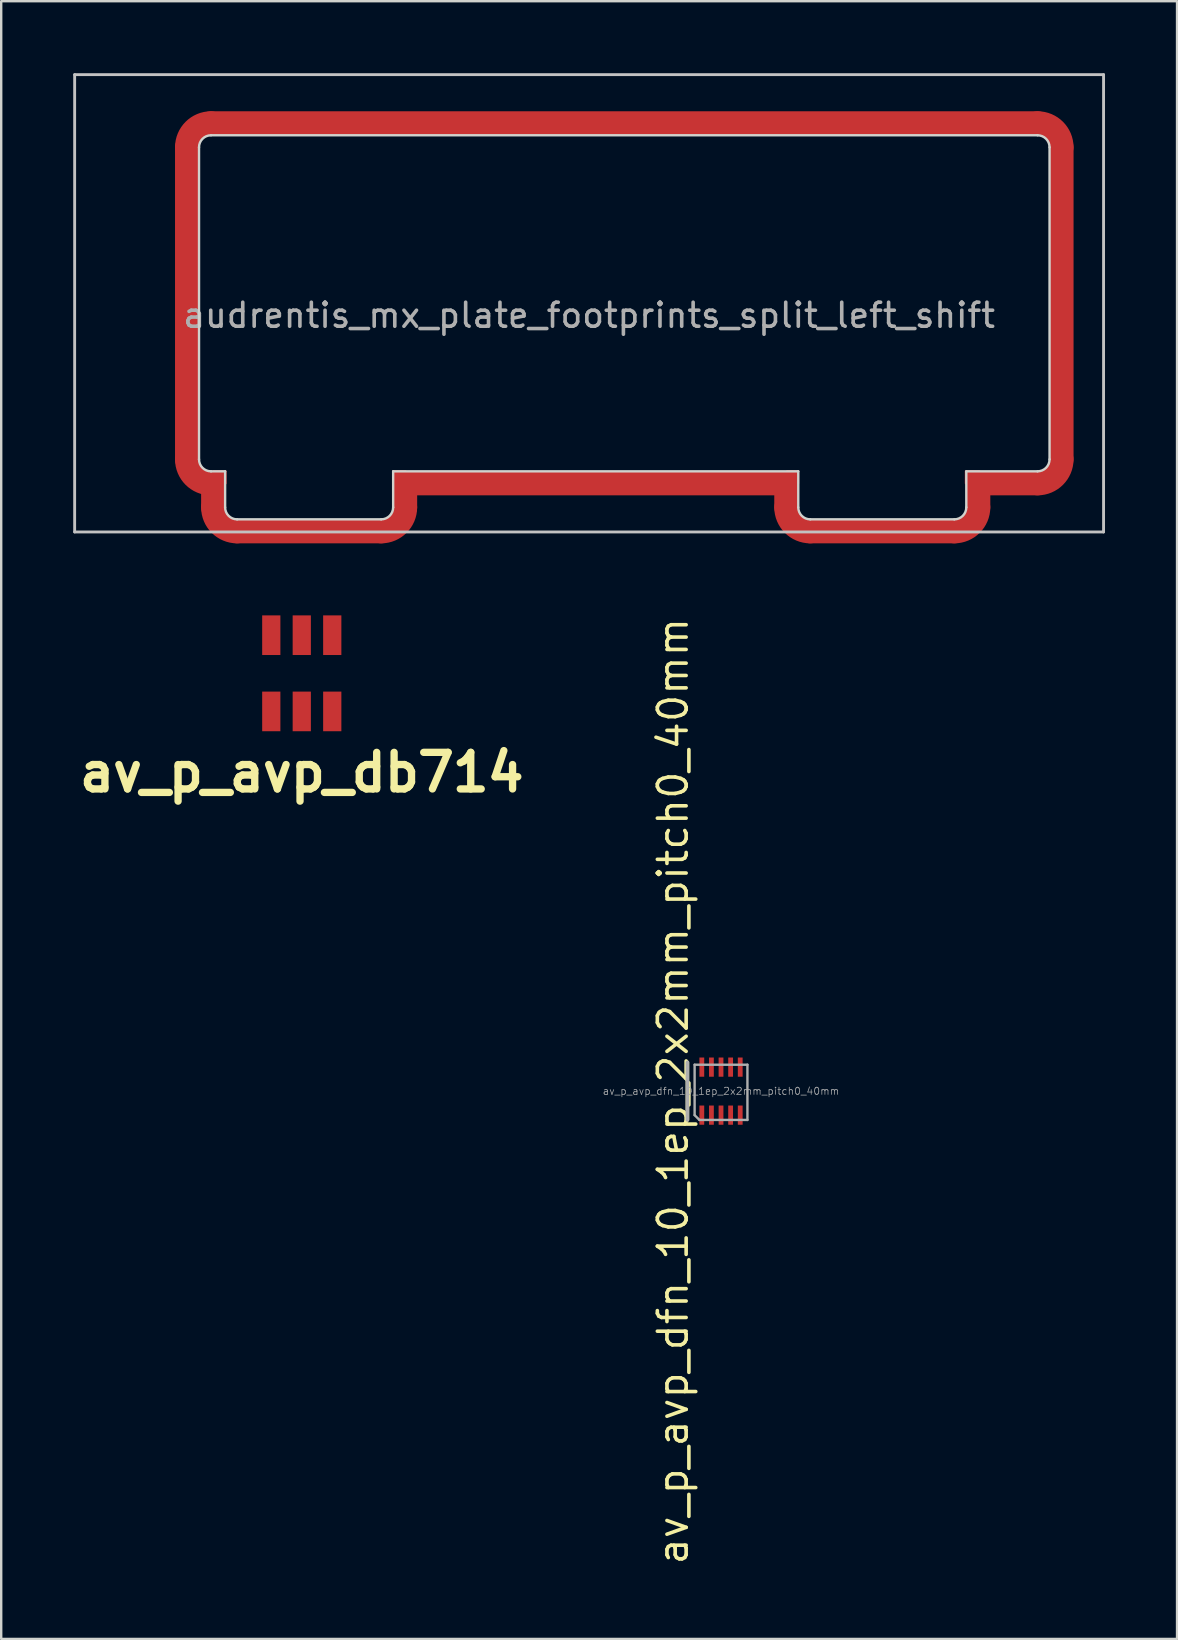
<source format=kicad_pcb>
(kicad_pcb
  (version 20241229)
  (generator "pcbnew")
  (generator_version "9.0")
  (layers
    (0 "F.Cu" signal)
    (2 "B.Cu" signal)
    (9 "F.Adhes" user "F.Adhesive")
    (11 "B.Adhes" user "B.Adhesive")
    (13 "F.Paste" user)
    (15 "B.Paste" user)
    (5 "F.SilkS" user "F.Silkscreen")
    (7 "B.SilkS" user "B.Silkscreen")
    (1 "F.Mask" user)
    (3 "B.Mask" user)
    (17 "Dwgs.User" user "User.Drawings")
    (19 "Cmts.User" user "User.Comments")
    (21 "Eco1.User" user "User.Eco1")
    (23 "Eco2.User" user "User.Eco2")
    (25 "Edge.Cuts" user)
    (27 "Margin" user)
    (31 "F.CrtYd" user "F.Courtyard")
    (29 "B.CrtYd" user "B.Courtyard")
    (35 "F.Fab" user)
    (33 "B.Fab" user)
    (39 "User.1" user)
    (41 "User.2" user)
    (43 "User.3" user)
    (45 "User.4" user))
  (footprint "av_p_avp_db714"
    (layer "F.Cu")
    (at 9.521 24.681)
    (property "Reference" "av_p_avp_db714" (at 0 4.445 0) (layer "F.SilkS") (effects (font (size 1.524 1.524) (thickness 0.305))))
    (attr through_hole)
    (pad "1" smd rect (at -1.27 1.905) (size 0.759 1.651) (layers "F.Cu" "F.Mask" "F.Paste"))
    (pad "2" smd rect (at 0 1.905) (size 0.759 1.651) (layers "F.Cu" "F.Mask" "F.Paste"))
    (pad "3" smd rect (at 1.27 1.905) (size 0.759 1.651) (layers "F.Cu" "F.Mask" "F.Paste"))
    (pad "4" smd rect (at 1.27 -1.27) (size 0.759 1.651) (layers "F.Cu" "F.Mask" "F.Paste"))
    (pad "5" smd rect (at 0 -1.27) (size 0.759 1.651) (layers "F.Cu" "F.Mask" "F.Paste"))
    (pad "6" smd rect (at -1.27 -1.27) (size 0.759 1.651) (layers "F.Cu" "F.Mask" "F.Paste")))
  (footprint "audrentis_mx_plate_footprints_split_left_shift"
    (layer "F.Cu")
    (at 21.491 9.585)
    (property "Reference" "audrentis_mx_plate_footprints_split_left_shift" (at 0 0.5 0) (layer "F.Fab") (effects (font (size 1 1) (thickness 0.15))))
    (attr through_hole)
    (fp_line (start -16.75 6.5) (end -16.75 -6.5) (stroke (width 1) (type solid)) (layer "F.Cu"))
    (fp_line (start -15.75 -7.5) (end 18.681 -7.5) (stroke (width 1) (type solid)) (layer "F.Cu"))
    (fp_line (start -15.663 7.5) (end -15.75 7.5) (stroke (width 1) (type solid)) (layer "F.Cu"))
    (fp_line (start -15.663 8.5) (end -15.663 7.5) (stroke (width 1) (type solid)) (layer "F.Cu"))
    (fp_line (start -8.663 9.5) (end -14.663 9.5) (stroke (width 1) (type solid)) (layer "F.Cu"))
    (fp_line (start -7.663 7.5) (end -7.663 8.5) (stroke (width 1) (type solid)) (layer "F.Cu"))
    (fp_line (start 8.213 7.5) (end -7.663 7.5) (stroke (width 1) (type solid)) (layer "F.Cu"))
    (fp_line (start 8.213 8.5) (end 8.213 7.5) (stroke (width 1) (type solid)) (layer "F.Cu"))
    (fp_line (start 15.213 9.5) (end 9.213 9.5) (stroke (width 1) (type solid)) (layer "F.Cu"))
    (fp_line (start 16.213 7.5) (end 16.213 8.5) (stroke (width 1) (type solid)) (layer "F.Cu"))
    (fp_line (start 18.681 7.5) (end 16.213 7.5) (stroke (width 1) (type solid)) (layer "F.Cu"))
    (fp_line (start 19.681 -6.5) (end 19.681 6.5) (stroke (width 1) (type solid)) (layer "F.Cu"))
    (fp_arc (start -16.75025 -6.499999) (mid -16.457357 -7.207106) (end -15.75025 -7.499999) (stroke (width 1) (type solid)) (layer "F.Cu"))
    (fp_arc (start -15.75025 7.5) (mid -16.457357 7.207107) (end -16.75025 6.5) (stroke (width 1) (type solid)) (layer "F.Cu"))
    (fp_arc (start -14.663249 9.500001) (mid -15.370356 9.207107) (end -15.66325 8.5) (stroke (width 1) (type solid)) (layer "F.Cu"))
    (fp_arc (start -7.66325 8.5) (mid -7.956143 9.207107) (end -8.66325 9.5) (stroke (width 1) (type solid)) (layer "F.Cu"))
    (fp_arc (start 9.21275 9.5) (mid 8.505643 9.207107) (end 8.21275 8.5) (stroke (width 1) (type solid)) (layer "F.Cu"))
    (fp_arc (start 16.21275 8.5) (mid 15.919857 9.207107) (end 15.21275 9.5) (stroke (width 1) (type solid)) (layer "F.Cu"))
    (fp_arc (start 18.681 -7.499999) (mid 19.388107 -7.207106) (end 19.681 -6.499999) (stroke (width 1) (type solid)) (layer "F.Cu"))
    (fp_arc (start 19.681 6.5) (mid 19.388107 7.207107) (end 18.681 7.5) (stroke (width 1) (type solid)) (layer "F.Cu"))
    (fp_poly (pts (xy -15.65 7) (xy -15.15 7) (xy -15.15 7.5)) (stroke (width 0.1) (type solid)) (fill yes) (layer "F.Cu"))
    (fp_poly (pts (xy -8.15 7.5) (xy -8.15 7) (xy -7.65 7)) (stroke (width 0.1) (type solid)) (fill yes) (layer "F.Cu"))
    (fp_poly (pts (xy 8.25 7) (xy 8.7 7) (xy 8.7 7.5)) (stroke (width 0.1) (type solid)) (fill yes) (layer "F.Cu"))
    (fp_poly (pts (xy 15.7 7.5) (xy 15.7 7) (xy 16.25 7)) (stroke (width 0.1) (type solid)) (fill yes) (layer "F.Cu"))
    (fp_line (start -16.75 6.5) (end -16.75 -6.5) (stroke (width 1) (type solid)) (layer "F.Mask"))
    (fp_line (start -15.75 -7.5) (end 18.681 -7.5) (stroke (width 1) (type solid)) (layer "F.Mask"))
    (fp_line (start -15.663 7.5) (end -15.75 7.5) (stroke (width 1) (type solid)) (layer "F.Mask"))
    (fp_line (start -15.663 8.5) (end -15.663 7.5) (stroke (width 1) (type solid)) (layer "F.Mask"))
    (fp_line (start -8.663 9.5) (end -14.663 9.5) (stroke (width 1) (type solid)) (layer "F.Mask"))
    (fp_line (start -7.663 7.5) (end -7.663 8.5) (stroke (width 1) (type solid)) (layer "F.Mask"))
    (fp_line (start 8.213 7.5) (end -7.663 7.5) (stroke (width 1) (type solid)) (layer "F.Mask"))
    (fp_line (start 8.213 8.5) (end 8.213 7.5) (stroke (width 1) (type solid)) (layer "F.Mask"))
    (fp_line (start 15.213 9.5) (end 9.213 9.5) (stroke (width 1) (type solid)) (layer "F.Mask"))
    (fp_line (start 16.213 7.5) (end 16.213 8.5) (stroke (width 1) (type solid)) (layer "F.Mask"))
    (fp_line (start 18.681 7.5) (end 16.213 7.5) (stroke (width 1) (type solid)) (layer "F.Mask"))
    (fp_line (start 19.681 -6.5) (end 19.681 6.5) (stroke (width 1) (type solid)) (layer "F.Mask"))
    (fp_arc (start -16.75025 -6.499999) (mid -16.457357 -7.207106) (end -15.75025 -7.499999) (stroke (width 1) (type solid)) (layer "F.Mask"))
    (fp_arc (start -15.75025 7.5) (mid -16.457357 7.207107) (end -16.75025 6.5) (stroke (width 1) (type solid)) (layer "F.Mask"))
    (fp_arc (start -14.663249 9.500001) (mid -15.370356 9.207107) (end -15.66325 8.5) (stroke (width 1) (type solid)) (layer "F.Mask"))
    (fp_arc (start -7.66325 8.5) (mid -7.956143 9.207107) (end -8.66325 9.5) (stroke (width 1) (type solid)) (layer "F.Mask"))
    (fp_arc (start 9.21275 9.5) (mid 8.505643 9.207107) (end 8.21275 8.5) (stroke (width 1) (type solid)) (layer "F.Mask"))
    (fp_arc (start 16.21275 8.5) (mid 15.919857 9.207107) (end 15.21275 9.5) (stroke (width 1) (type solid)) (layer "F.Mask"))
    (fp_arc (start 18.681 -7.499999) (mid 19.388107 -7.207106) (end 19.681 -6.499999) (stroke (width 1) (type solid)) (layer "F.Mask"))
    (fp_arc (start 19.681 6.5) (mid 19.388107 7.207107) (end 18.681 7.5) (stroke (width 1) (type solid)) (layer "F.Mask"))
    (fp_poly (pts (xy -15.65 7) (xy -15.15 7) (xy -15.15 7.5)) (stroke (width 0.1) (type solid)) (fill yes) (layer "F.Mask"))
    (fp_poly (pts (xy -8.15 7.5) (xy -8.15 7) (xy -7.65 7)) (stroke (width 0.1) (type solid)) (fill yes) (layer "F.Mask"))
    (fp_poly (pts (xy 8.25 7) (xy 8.7 7) (xy 8.7 7.5)) (stroke (width 0.1) (type solid)) (fill yes) (layer "F.Mask"))
    (fp_poly (pts (xy 15.7 7.5) (xy 15.7 7) (xy 16.25 7)) (stroke (width 0.1) (type solid)) (fill yes) (layer "F.Mask"))
    (fp_line (start -21.431 -9.525) (end -21.431 9.525) (stroke (width 0.12) (type solid)) (layer "Dwgs.User"))
    (fp_line (start -21.431 -9.525) (end 21.431 -9.525) (stroke (width 0.12) (type solid)) (layer "Dwgs.User"))
    (fp_line (start -21.431 9.525) (end 21.431 9.525) (stroke (width 0.12) (type solid)) (layer "Dwgs.User"))
    (fp_line (start 21.431 9.525) (end 21.431 -9.525) (stroke (width 0.12) (type solid)) (layer "Dwgs.User"))
    (fp_line (start -16.25 -6.5) (end -16.25 6.5) (stroke (width 0.1) (type solid)) (layer "Edge.Cuts"))
    (fp_line (start -15.75 7) (end -15.163 7) (stroke (width 0.1) (type solid)) (layer "Edge.Cuts"))
    (fp_line (start -15.163 7) (end -15.163 8.5) (stroke (width 0.1) (type solid)) (layer "Edge.Cuts"))
    (fp_line (start -14.663 9) (end -8.663 9) (stroke (width 0.1) (type solid)) (layer "Edge.Cuts"))
    (fp_line (start -8.163 7) (end 8.713 7) (stroke (width 0.1) (type solid)) (layer "Edge.Cuts"))
    (fp_line (start -8.163 8.5) (end -8.163 7) (stroke (width 0.1) (type solid)) (layer "Edge.Cuts"))
    (fp_line (start 8.713 7) (end 8.713 8.5) (stroke (width 0.1) (type solid)) (layer "Edge.Cuts"))
    (fp_line (start 9.213 9) (end 15.213 9) (stroke (width 0.1) (type solid)) (layer "Edge.Cuts"))
    (fp_line (start 15.713 7) (end 18.681 7) (stroke (width 0.1) (type solid)) (layer "Edge.Cuts"))
    (fp_line (start 15.713 8.5) (end 15.713 7) (stroke (width 0.1) (type solid)) (layer "Edge.Cuts"))
    (fp_line (start 18.681 -7) (end -15.75 -7) (stroke (width 0.1) (type solid)) (layer "Edge.Cuts"))
    (fp_line (start 19.181 6.5) (end 19.181 -6.5) (stroke (width 0.1) (type solid)) (layer "Edge.Cuts"))
    (fp_arc (start -16.250249 -6.499998) (mid -16.103803 -6.853552) (end -15.75025 -6.999999) (stroke (width 0.1) (type solid)) (layer "Edge.Cuts"))
    (fp_arc (start -15.750249 7.000001) (mid -16.103803 6.853554) (end -16.25025 6.5) (stroke (width 0.1) (type solid)) (layer "Edge.Cuts"))
    (fp_arc (start -14.663249 9.000001) (mid -15.016803 8.853554) (end -15.16325 8.5) (stroke (width 0.1) (type solid)) (layer "Edge.Cuts"))
    (fp_arc (start -8.16325 8.5) (mid -8.309697 8.853553) (end -8.66325 9) (stroke (width 0.1) (type solid)) (layer "Edge.Cuts"))
    (fp_arc (start 9.21275 9) (mid 8.859197 8.853553) (end 8.71275 8.5) (stroke (width 0.1) (type solid)) (layer "Edge.Cuts"))
    (fp_arc (start 15.71275 8.5) (mid 15.566303 8.853553) (end 15.21275 9) (stroke (width 0.1) (type solid)) (layer "Edge.Cuts"))
    (fp_arc (start 18.680999 -7) (mid 19.034553 -6.853553) (end 19.181 -6.499999) (stroke (width 0.1) (type solid)) (layer "Edge.Cuts"))
    (fp_arc (start 19.180999 6.499999) (mid 19.034553 6.853553) (end 18.681 7) (stroke (width 0.1) (type solid)) (layer "Edge.Cuts")))
  (footprint "av_p_avp_dfn_10_1ep_2x2mm_pitch0_40mm"
    (layer "F.Cu")
    (at 26.986 42.404)
    (property "Reference" "av_p_avp_dfn_10_1ep_2x2mm_pitch0_40mm" (at -2 0 90) (layer "F.SilkS") (effects (font (size 1.2 1.2) (thickness 0.15))))
    (attr through_hole)
    (fp_line (start -1.4 -1.2) (end -1.4 1.2) (stroke (width 0.15) (type solid)) (layer "F.SilkS"))
    (fp_line (start -1.4 -1.2) (end -1.4 1.2) (stroke (width 0.15) (type solid)) (layer "F.Fab"))
    (fp_line (start -1.1 -1.1) (end -1.1 1) (stroke (width 0.1) (type solid)) (layer "F.Fab"))
    (fp_line (start -1.1 -1.1) (end 1.1 -1.1) (stroke (width 0.1) (type solid)) (layer "F.Fab"))
    (fp_line (start -0.9 1.2) (end -1.1 1) (stroke (width 0.1) (type solid)) (layer "F.Fab"))
    (fp_line (start 1.1 -1.1) (end 1.1 1.2) (stroke (width 0.1) (type solid)) (layer "F.Fab"))
    (fp_line (start 1.1 1.2) (end -0.9 1.2) (stroke (width 0.1) (type solid)) (layer "F.Fab"))
    (fp_text user "${REFERENCE}" (at 0 0 0) (layer "F.Fab") (effects (font (size 0.3 0.3) (thickness 0.03))))
    (pad "1" smd rect (at -0.8 1) (size 0.2 0.8) (layers "F.Cu" "F.Mask" "F.Paste"))
    (pad "2" smd rect (at -0.4 1) (size 0.2 0.8) (layers "F.Cu" "F.Mask" "F.Paste"))
    (pad "3" smd rect (at 0 1) (size 0.2 0.8) (layers "F.Cu" "F.Mask" "F.Paste"))
    (pad "4" smd rect (at 0.4 1) (size 0.2 0.8) (layers "F.Cu" "F.Mask" "F.Paste"))
    (pad "5" smd rect (at 0.8 1) (size 0.2 0.8) (layers "F.Cu" "F.Mask" "F.Paste"))
    (pad "6" smd rect (at 0.8 -1) (size 0.2 0.8) (layers "F.Cu" "F.Mask" "F.Paste"))
    (pad "7" smd rect (at 0.4 -1) (size 0.2 0.8) (layers "F.Cu" "F.Mask" "F.Paste"))
    (pad "8" smd rect (at 0 -1) (size 0.2 0.8) (layers "F.Cu" "F.Mask" "F.Paste"))
    (pad "9" smd rect (at -0.4 -1) (size 0.2 0.8) (layers "F.Cu" "F.Mask" "F.Paste"))
    (pad "10" smd rect (at -0.8 -1) (size 0.2 0.8) (layers "F.Cu" "F.Mask" "F.Paste")))
  (gr_rect
    (start -3 -3)
    (end 45.983 65.224)
    (stroke (width 0.1) (type default))
    (fill no)
    (layer "Edge.Cuts")))
</source>
